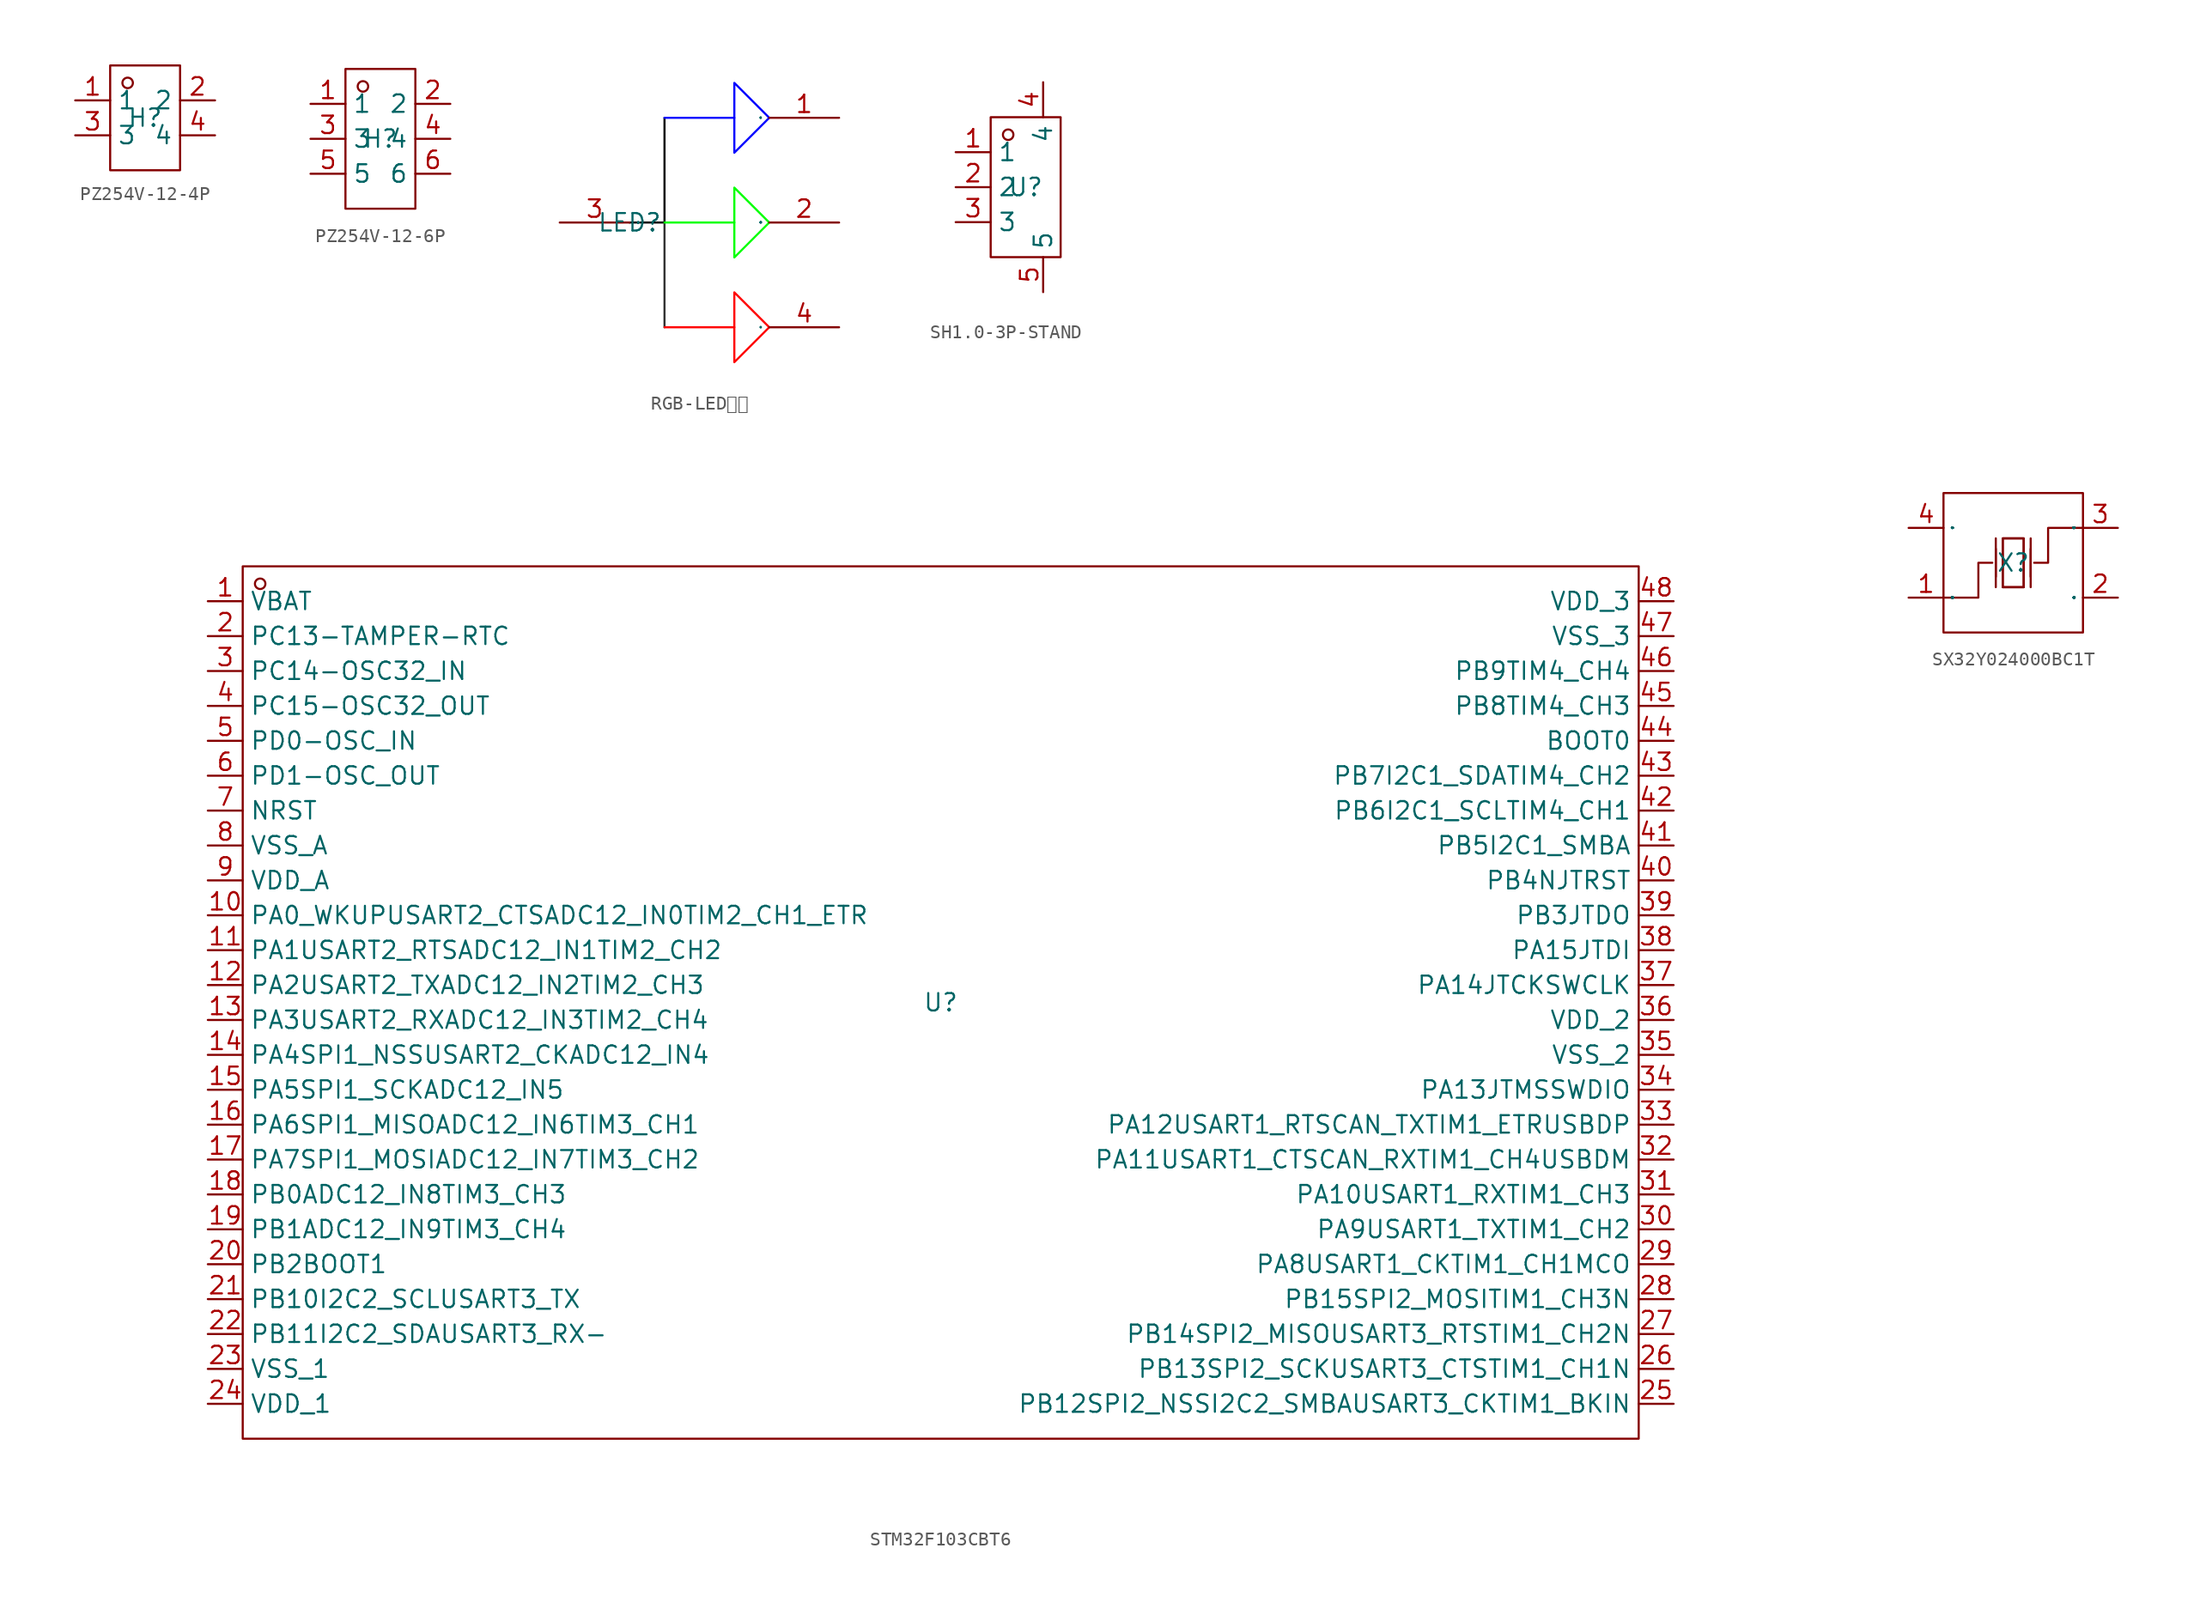
<source format=kicad_sym>
(kicad_symbol_lib
  (version 20231120)
  (generator "kicad_symbol_editor")
  (generator_version "8.0")
  (symbol "PZ254V-12-4P"
    (property "Reference" "H"
      (at 0 0 0)
      (effects (font (size 1.27 1.27))))
    (property "Value" ""
      (at 0 0 0)
      (effects (font (size 1.27 1.27))))
    (symbol "PZ254V-12-4P_1_0"
      (rectangle (start -2.54 -3.81) (end 2.54 3.81) (stroke (width 0) (type default)) (fill (type none)))
      (circle (center -1.27 2.54) (radius 0.381) (stroke (width 0) (type default)) (fill (type none)))
      (pin input line (at -5.08 1.27 0) (length 2.54) (name "1" (effects (font (size 1.27 1.27)))) (number "1" (effects (font (size 1.27 1.27)))))
      (pin input line (at 5.08 1.27 180) (length 2.54) (name "2" (effects (font (size 1.27 1.27)))) (number "2" (effects (font (size 1.27 1.27)))))
      (pin input line (at -5.08 -1.27 0) (length 2.54) (name "3" (effects (font (size 1.27 1.27)))) (number "3" (effects (font (size 1.27 1.27)))))
      (pin input line (at 5.08 -1.27 180) (length 2.54) (name "4" (effects (font (size 1.27 1.27)))) (number "4" (effects (font (size 1.27 1.27)))))))
  (symbol "PZ254V-12-6P"
    (property "Reference" "H"
      (at 0 0 0)
      (effects (font (size 1.27 1.27))))
    (property "Value" ""
      (at 0 0 0)
      (effects (font (size 1.27 1.27))))
    (symbol "PZ254V-12-6P_1_0"
      (rectangle (start -2.54 -5.08) (end 2.54 5.08) (stroke (width 0) (type default)) (fill (type none)))
      (circle (center -1.27 3.81) (radius 0.381) (stroke (width 0) (type default)) (fill (type none)))
      (pin input line (at -5.08 2.54 0) (length 2.54) (name "1" (effects (font (size 1.27 1.27)))) (number "1" (effects (font (size 1.27 1.27)))))
      (pin input line (at 5.08 2.54 180) (length 2.54) (name "2" (effects (font (size 1.27 1.27)))) (number "2" (effects (font (size 1.27 1.27)))))
      (pin input line (at -5.08 0 0) (length 2.54) (name "3" (effects (font (size 1.27 1.27)))) (number "3" (effects (font (size 1.27 1.27)))))
      (pin input line (at 5.08 0 180) (length 2.54) (name "4" (effects (font (size 1.27 1.27)))) (number "4" (effects (font (size 1.27 1.27)))))
      (pin input line (at -5.08 -2.54 0) (length 2.54) (name "5" (effects (font (size 1.27 1.27)))) (number "5" (effects (font (size 1.27 1.27)))))
      (pin input line (at 5.08 -2.54 180) (length 2.54) (name "6" (effects (font (size 1.27 1.27)))) (number "6" (effects (font (size 1.27 1.27)))))))
  (symbol "RGB-LED灯板"
    (property "Reference" "LED"
      (at 0 0 0)
      (effects (font (size 1.27 1.27))))
    (property "Value" ""
      (at 0 0 0)
      (effects (font (size 1.27 1.27))))
    (symbol "RGB-LED灯板_1_0"
      (polyline (pts (xy 2.54 -7.62) (xy 7.62 -7.62)) (stroke (width 0) (type default) (color 255 0 0 1)) (fill (type none)))
      (polyline (pts (xy 2.54 0) (xy 2.54 -7.62)) (stroke (width 0) (type default) (color 51 51 51 1)) (fill (type none)))
      (polyline (pts (xy 2.54 0) (xy 7.62 0)) (stroke (width 0) (type default) (color 0 255 0 1)) (fill (type none)))
      (polyline (pts (xy 2.54 7.62) (xy 7.62 7.62)) (stroke (width 0) (type default) (color 0 0 255 1)) (fill (type none)))
      (polyline (pts (xy 0 0) (xy 2.54 0) (xy 2.54 7.62)) (stroke (width 0) (type default) (color 0 0 0 1)) (fill (type none)))
      (polyline (pts (xy 7.62 -5.08) (xy 7.62 -10.16) (xy 10.16 -7.62) (xy 7.62 -5.08)) (stroke (width 0) (type default) (color 255 0 0 1)) (fill (type none)))
      (polyline (pts (xy 7.62 2.54) (xy 7.62 -2.54) (xy 10.16 0) (xy 7.62 2.54)) (stroke (width 0) (type default) (color 0 255 0 1)) (fill (type none)))
      (polyline (pts (xy 7.62 10.16) (xy 7.62 5.08) (xy 10.16 7.62) (xy 7.62 10.16)) (stroke (width 0) (type default) (color 0 0 255 1)) (fill (type none)))
      (pin input line (at 15.24 7.62 180) (length 5.08) (name "1" (effects (font (size 0.025 0.025)))) (number "1" (effects (font (size 1.27 1.27)))))
      (pin input line (at 15.24 0 180) (length 5.08) (name "2" (effects (font (size 0.025 0.025)))) (number "2" (effects (font (size 1.27 1.27)))))
      (pin input line (at -5.08 0 0) (length 5.08) (name "3" (effects (font (size 0.025 0.025)))) (number "3" (effects (font (size 1.27 1.27)))))
      (pin input line (at 15.24 -7.62 180) (length 5.08) (name "4" (effects (font (size 0.025 0.025)))) (number "4" (effects (font (size 1.27 1.27)))))))
  (symbol "SH1.0-3P-STAND"
    (property "Reference" "U"
      (at 0 0 0)
      (effects (font (size 1.27 1.27))))
    (property "Value" ""
      (at 0 0 0)
      (effects (font (size 1.27 1.27))))
    (symbol "SH1.0-3P-STAND_1_0"
      (rectangle (start -2.54 -5.08) (end 2.54 5.08) (stroke (width 0) (type default)) (fill (type none)))
      (circle (center -1.27 3.81) (radius 0.381) (stroke (width 0) (type default)) (fill (type none)))
      (pin input line (at -5.08 2.54 0) (length 2.54) (name "1" (effects (font (size 1.27 1.27)))) (number "1" (effects (font (size 1.27 1.27)))))
      (pin input line (at -5.08 0 0) (length 2.54) (name "2" (effects (font (size 1.27 1.27)))) (number "2" (effects (font (size 1.27 1.27)))))
      (pin input line (at -5.08 -2.54 0) (length 2.54) (name "3" (effects (font (size 1.27 1.27)))) (number "3" (effects (font (size 1.27 1.27)))))
      (pin input line (at 1.27 7.62 270) (length 2.54) (name "4" (effects (font (size 1.27 1.27)))) (number "4" (effects (font (size 1.27 1.27)))))
      (pin input line (at 1.27 -7.62 90) (length 2.54) (name "5" (effects (font (size 1.27 1.27)))) (number "5" (effects (font (size 1.27 1.27)))))))
  (symbol "STM32F103CBT6"
    (property "Reference" "U"
      (at 0 0 0)
      (effects (font (size 1.27 1.27))))
    (property "Value" ""
      (at 0 0 0)
      (effects (font (size 1.27 1.27))))
    (symbol "STM32F103CBT6_1_0"
      (rectangle (start -50.8 -31.75) (end 50.8 31.75) (stroke (width 0) (type default)) (fill (type none)))
      (circle (center -49.53 30.48) (radius 0.381) (stroke (width 0) (type default)) (fill (type none)))
      (pin input line (at -53.34 29.21 0) (length 2.54) (name "VBAT" (effects (font (size 1.27 1.27)))) (number "1" (effects (font (size 1.27 1.27)))))
      (pin input line (at -53.34 6.35 0) (length 2.54) (name "PA0_WKUPUSART2_CTSADC12_IN0TIM2_CH1_ETR" (effects (font (size 1.27 1.27)))) (number "10" (effects (font (size 1.27 1.27)))))
      (pin input line (at -53.34 3.81 0) (length 2.54) (name "PA1USART2_RTSADC12_IN1TIM2_CH2" (effects (font (size 1.27 1.27)))) (number "11" (effects (font (size 1.27 1.27)))))
      (pin input line (at -53.34 1.27 0) (length 2.54) (name "PA2USART2_TXADC12_IN2TIM2_CH3" (effects (font (size 1.27 1.27)))) (number "12" (effects (font (size 1.27 1.27)))))
      (pin input line (at -53.34 -1.27 0) (length 2.54) (name "PA3USART2_RXADC12_IN3TIM2_CH4" (effects (font (size 1.27 1.27)))) (number "13" (effects (font (size 1.27 1.27)))))
      (pin input line (at -53.34 -3.81 0) (length 2.54) (name "PA4SPI1_NSSUSART2_CKADC12_IN4" (effects (font (size 1.27 1.27)))) (number "14" (effects (font (size 1.27 1.27)))))
      (pin input line (at -53.34 -6.35 0) (length 2.54) (name "PA5SPI1_SCKADC12_IN5" (effects (font (size 1.27 1.27)))) (number "15" (effects (font (size 1.27 1.27)))))
      (pin input line (at -53.34 -8.89 0) (length 2.54) (name "PA6SPI1_MISOADC12_IN6TIM3_CH1" (effects (font (size 1.27 1.27)))) (number "16" (effects (font (size 1.27 1.27)))))
      (pin input line (at -53.34 -11.43 0) (length 2.54) (name "PA7SPI1_MOSIADC12_IN7TIM3_CH2" (effects (font (size 1.27 1.27)))) (number "17" (effects (font (size 1.27 1.27)))))
      (pin input line (at -53.34 -13.97 0) (length 2.54) (name "PB0ADC12_IN8TIM3_CH3" (effects (font (size 1.27 1.27)))) (number "18" (effects (font (size 1.27 1.27)))))
      (pin input line (at -53.34 -16.51 0) (length 2.54) (name "PB1ADC12_IN9TIM3_CH4" (effects (font (size 1.27 1.27)))) (number "19" (effects (font (size 1.27 1.27)))))
      (pin input line (at -53.34 26.67 0) (length 2.54) (name "PC13-TAMPER-RTC" (effects (font (size 1.27 1.27)))) (number "2" (effects (font (size 1.27 1.27)))))
      (pin input line (at -53.34 -19.05 0) (length 2.54) (name "PB2BOOT1" (effects (font (size 1.27 1.27)))) (number "20" (effects (font (size 1.27 1.27)))))
      (pin input line (at -53.34 -21.59 0) (length 2.54) (name "PB10I2C2_SCLUSART3_TX" (effects (font (size 1.27 1.27)))) (number "21" (effects (font (size 1.27 1.27)))))
      (pin input line (at -53.34 -24.13 0) (length 2.54) (name "PB11I2C2_SDAUSART3_RX-" (effects (font (size 1.27 1.27)))) (number "22" (effects (font (size 1.27 1.27)))))
      (pin input line (at -53.34 -26.67 0) (length 2.54) (name "VSS_1" (effects (font (size 1.27 1.27)))) (number "23" (effects (font (size 1.27 1.27)))))
      (pin input line (at -53.34 -29.21 0) (length 2.54) (name "VDD_1" (effects (font (size 1.27 1.27)))) (number "24" (effects (font (size 1.27 1.27)))))
      (pin input line (at 53.34 -29.21 180) (length 2.54) (name "PB12SPI2_NSSI2C2_SMBAUSART3_CKTIM1_BKIN" (effects (font (size 1.27 1.27)))) (number "25" (effects (font (size 1.27 1.27)))))
      (pin input line (at 53.34 -26.67 180) (length 2.54) (name "PB13SPI2_SCKUSART3_CTSTIM1_CH1N" (effects (font (size 1.27 1.27)))) (number "26" (effects (font (size 1.27 1.27)))))
      (pin input line (at 53.34 -24.13 180) (length 2.54) (name "PB14SPI2_MISOUSART3_RTSTIM1_CH2N" (effects (font (size 1.27 1.27)))) (number "27" (effects (font (size 1.27 1.27)))))
      (pin input line (at 53.34 -21.59 180) (length 2.54) (name "PB15SPI2_MOSITIM1_CH3N" (effects (font (size 1.27 1.27)))) (number "28" (effects (font (size 1.27 1.27)))))
      (pin input line (at 53.34 -19.05 180) (length 2.54) (name "PA8USART1_CKTIM1_CH1MCO" (effects (font (size 1.27 1.27)))) (number "29" (effects (font (size 1.27 1.27)))))
      (pin input line (at -53.34 24.13 0) (length 2.54) (name "PC14-OSC32_IN" (effects (font (size 1.27 1.27)))) (number "3" (effects (font (size 1.27 1.27)))))
      (pin input line (at 53.34 -16.51 180) (length 2.54) (name "PA9USART1_TXTIM1_CH2" (effects (font (size 1.27 1.27)))) (number "30" (effects (font (size 1.27 1.27)))))
      (pin input line (at 53.34 -13.97 180) (length 2.54) (name "PA10USART1_RXTIM1_CH3" (effects (font (size 1.27 1.27)))) (number "31" (effects (font (size 1.27 1.27)))))
      (pin input line (at 53.34 -11.43 180) (length 2.54) (name "PA11USART1_CTSCAN_RXTIM1_CH4USBDM" (effects (font (size 1.27 1.27)))) (number "32" (effects (font (size 1.27 1.27)))))
      (pin input line (at 53.34 -8.89 180) (length 2.54) (name "PA12USART1_RTSCAN_TXTIM1_ETRUSBDP" (effects (font (size 1.27 1.27)))) (number "33" (effects (font (size 1.27 1.27)))))
      (pin input line (at 53.34 -6.35 180) (length 2.54) (name "PA13JTMSSWDIO" (effects (font (size 1.27 1.27)))) (number "34" (effects (font (size 1.27 1.27)))))
      (pin input line (at 53.34 -3.81 180) (length 2.54) (name "VSS_2" (effects (font (size 1.27 1.27)))) (number "35" (effects (font (size 1.27 1.27)))))
      (pin input line (at 53.34 -1.27 180) (length 2.54) (name "VDD_2" (effects (font (size 1.27 1.27)))) (number "36" (effects (font (size 1.27 1.27)))))
      (pin input line (at 53.34 1.27 180) (length 2.54) (name "PA14JTCKSWCLK" (effects (font (size 1.27 1.27)))) (number "37" (effects (font (size 1.27 1.27)))))
      (pin input line (at 53.34 3.81 180) (length 2.54) (name "PA15JTDI" (effects (font (size 1.27 1.27)))) (number "38" (effects (font (size 1.27 1.27)))))
      (pin input line (at 53.34 6.35 180) (length 2.54) (name "PB3JTDO" (effects (font (size 1.27 1.27)))) (number "39" (effects (font (size 1.27 1.27)))))
      (pin input line (at -53.34 21.59 0) (length 2.54) (name "PC15-OSC32_OUT" (effects (font (size 1.27 1.27)))) (number "4" (effects (font (size 1.27 1.27)))))
      (pin input line (at 53.34 8.89 180) (length 2.54) (name "PB4NJTRST" (effects (font (size 1.27 1.27)))) (number "40" (effects (font (size 1.27 1.27)))))
      (pin input line (at 53.34 11.43 180) (length 2.54) (name "PB5I2C1_SMBA" (effects (font (size 1.27 1.27)))) (number "41" (effects (font (size 1.27 1.27)))))
      (pin input line (at 53.34 13.97 180) (length 2.54) (name "PB6I2C1_SCLTIM4_CH1" (effects (font (size 1.27 1.27)))) (number "42" (effects (font (size 1.27 1.27)))))
      (pin input line (at 53.34 16.51 180) (length 2.54) (name "PB7I2C1_SDATIM4_CH2" (effects (font (size 1.27 1.27)))) (number "43" (effects (font (size 1.27 1.27)))))
      (pin input line (at 53.34 19.05 180) (length 2.54) (name "BOOT0" (effects (font (size 1.27 1.27)))) (number "44" (effects (font (size 1.27 1.27)))))
      (pin input line (at 53.34 21.59 180) (length 2.54) (name "PB8TIM4_CH3" (effects (font (size 1.27 1.27)))) (number "45" (effects (font (size 1.27 1.27)))))
      (pin input line (at 53.34 24.13 180) (length 2.54) (name "PB9TIM4_CH4" (effects (font (size 1.27 1.27)))) (number "46" (effects (font (size 1.27 1.27)))))
      (pin input line (at 53.34 26.67 180) (length 2.54) (name "VSS_3" (effects (font (size 1.27 1.27)))) (number "47" (effects (font (size 1.27 1.27)))))
      (pin input line (at 53.34 29.21 180) (length 2.54) (name "VDD_3" (effects (font (size 1.27 1.27)))) (number "48" (effects (font (size 1.27 1.27)))))
      (pin input line (at -53.34 19.05 0) (length 2.54) (name "PD0-OSC_IN" (effects (font (size 1.27 1.27)))) (number "5" (effects (font (size 1.27 1.27)))))
      (pin input line (at -53.34 16.51 0) (length 2.54) (name "PD1-OSC_OUT" (effects (font (size 1.27 1.27)))) (number "6" (effects (font (size 1.27 1.27)))))
      (pin input line (at -53.34 13.97 0) (length 2.54) (name "NRST" (effects (font (size 1.27 1.27)))) (number "7" (effects (font (size 1.27 1.27)))))
      (pin input line (at -53.34 11.43 0) (length 2.54) (name "VSS_A" (effects (font (size 1.27 1.27)))) (number "8" (effects (font (size 1.27 1.27)))))
      (pin input line (at -53.34 8.89 0) (length 2.54) (name "VDD_A" (effects (font (size 1.27 1.27)))) (number "9" (effects (font (size 1.27 1.27)))))))
  (symbol "SX32Y024000BC1T"
    (property "Reference" "X"
      (at 0 0 0)
      (effects (font (size 1.27 1.27))))
    (symbol "SX32Y024000BC1T_1_0"
      (rectangle (start -5.08 5.08) (end 5.08 -5.08) (stroke (width 0) (type default)) (fill (type none)))
      (polyline (pts (xy -1.27 -1.778) (xy -1.27 1.778)) (stroke (width 0) (type default)) (fill (type none)))
      (polyline (pts (xy -1.27 -1.016) (xy -1.27 1.016)) (stroke (width 0) (type default)) (fill (type none)))
      (polyline (pts (xy 0.762 -1.778) (xy -0.762 -1.778)) (stroke (width 0) (type default)) (fill (type none)))
      (polyline (pts (xy 1.27 -1.778) (xy 1.27 1.778)) (stroke (width 0) (type default)) (fill (type none)))
      (polyline (pts (xy 1.27 -1.016) (xy 1.27 1.016)) (stroke (width 0) (type default)) (fill (type none)))
      (polyline (pts (xy -5.08 -2.54) (xy -2.54 -2.54) (xy -2.54 -2.54) (xy -2.54 0) (xy -2.54 0) (xy -1.524 0)) (stroke (width 0) (type default)) (fill (type none)))
      (polyline (pts (xy -0.762 -1.778) (xy -0.762 1.778) (xy -0.762 1.778) (xy 0.762 1.778) (xy 0.762 1.778) (xy 0.762 -1.778)) (stroke (width 0) (type default)) (fill (type none)))
      (polyline (pts (xy 5.08 2.54) (xy 2.54 2.54) (xy 2.54 2.54) (xy 2.54 0) (xy 2.54 0) (xy 1.524 0)) (stroke (width 0) (type default)) (fill (type none)))
      (polyline (pts (xy 0.762 1.778) (xy 0.762 -1.778) (xy 0.762 -1.778) (xy -0.762 -1.778) (xy -0.762 -1.778) (xy -0.762 1.778) (xy -0.762 1.778) (xy 0.762 1.778)) (stroke (width 0) (type default)) (fill (type none)))
      (pin unspecified line (at -7.62 -2.54 0) (length 2.54) (name "OSC1" (effects (font (size 0.025 0.025)))) (number "1" (effects (font (size 1.27 1.27)))))
      (pin unspecified line (at 7.62 -2.54 180) (length 2.54) (name "GND" (effects (font (size 0.025 0.025)))) (number "2" (effects (font (size 1.27 1.27)))))
      (pin unspecified line (at 7.62 2.54 180) (length 2.54) (name "OSC2" (effects (font (size 0.025 0.025)))) (number "3" (effects (font (size 1.27 1.27)))))
      (pin unspecified line (at -7.62 2.54 0) (length 2.54) (name "GND" (effects (font (size 0.025 0.025)))) (number "4" (effects (font (size 1.27 1.27))))))))
</source>
